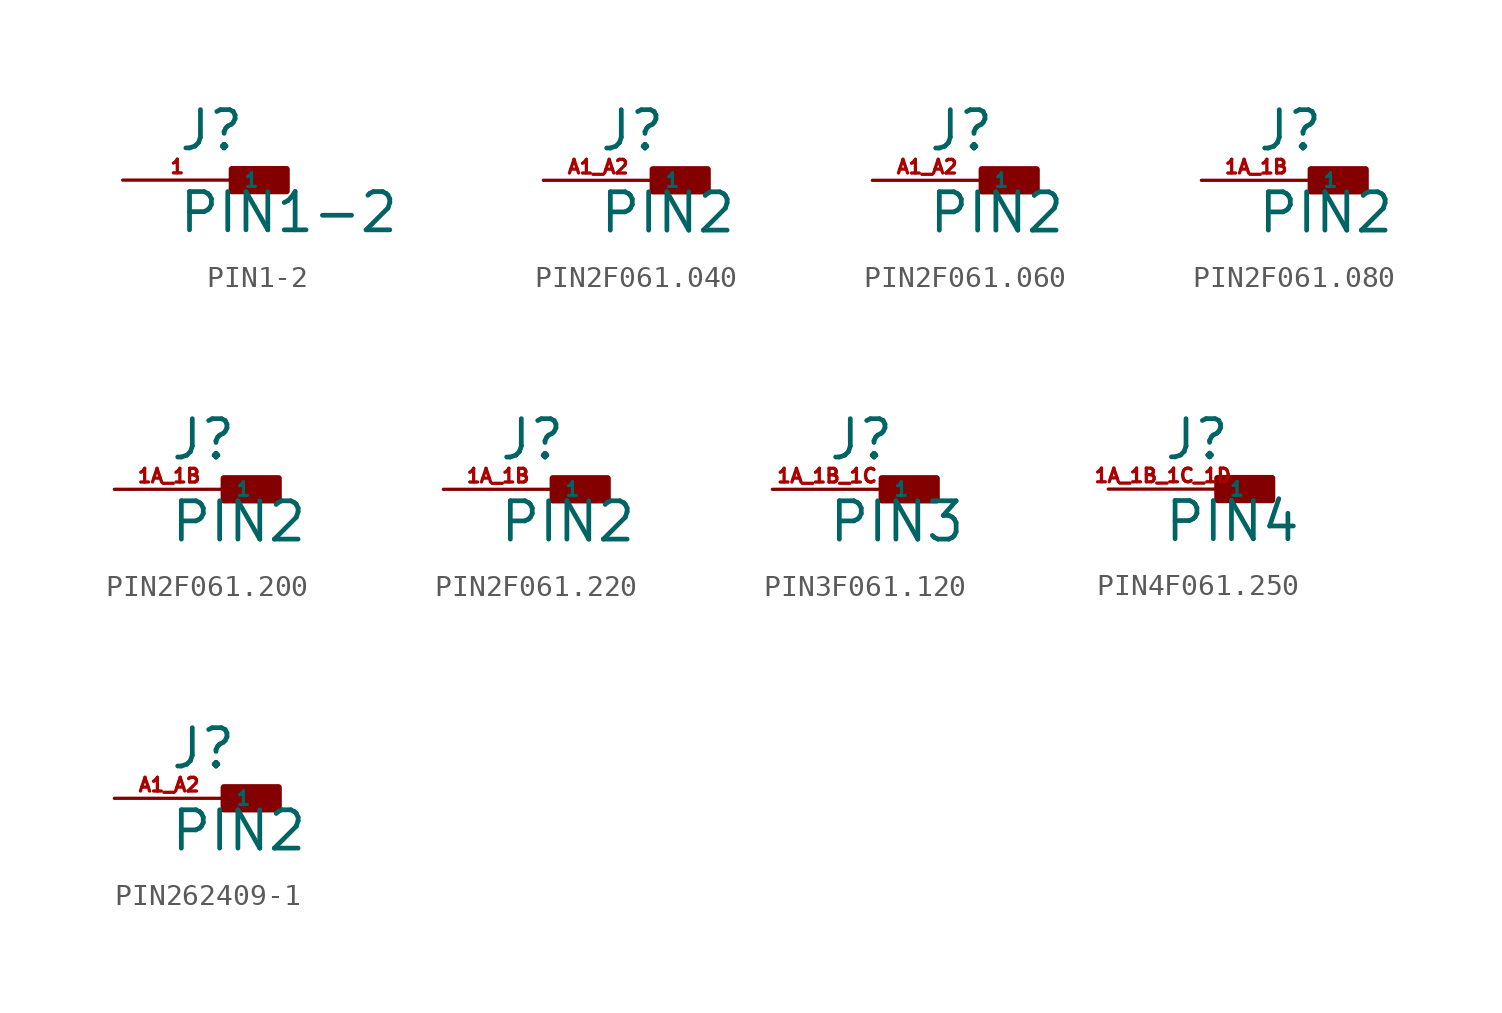
<source format=kicad_sym>
(kicad_symbol_lib
  (version 20220914)
  (generator Eagle2Kicad)
  (symbol "PIN1-2"
    (property "Reference" "J"
      (at -2.54 1.27 0)
      (effects (font (size 1.778 1.778) (thickness 0.22)) (justify left bottom)))
    (property "Value" "PIN1-2"
      (at -2.54 -2.54 0)
      (effects (font (size 1.778 1.778) (thickness 0.22)) (justify left bottom)))
    (rectangle
      (start 0 -0.508)
      (end 2.54 0.508)
      (stroke (width 0.3) (type default))
      (fill (type outline)))
    (pin passive line
      (at -5.08 0 0)
      (length 5.08)
      (name "1" (effects (font (size 0.635 0.635) (thickness 0.08)) (justify left bottom)))
      (number "1" (effects (font (size 0.635 0.635) (thickness 0.08)) (justify left bottom)))))
  (symbol "PIN2F061.040"
    (property "Reference" "J"
      (at -2.54 1.27 0)
      (effects (font (size 1.778 1.778) (thickness 0.22)) (justify left bottom)))
    (property "Value" "PIN2"
      (at -2.54 -2.54 0)
      (effects (font (size 1.778 1.778) (thickness 0.22)) (justify left bottom)))
    (rectangle
      (start 0 -0.508)
      (end 2.54 0.508)
      (stroke (width 0.3) (type default))
      (fill (type outline)))
    (pin passive line
      (at -5.08 0 0)
      (length 5.08)
      (name "1" (effects (font (size 0.635 0.635) (thickness 0.08)) (justify left bottom)))
      (number "A1 A2" (effects (font (size 0.635 0.635) (thickness 0.08)) (justify left bottom)))))
  (symbol "PIN2F061.060"
    (property "Reference" "J"
      (at -2.54 1.27 0)
      (effects (font (size 1.778 1.778) (thickness 0.22)) (justify left bottom)))
    (property "Value" "PIN2"
      (at -2.54 -2.54 0)
      (effects (font (size 1.778 1.778) (thickness 0.22)) (justify left bottom)))
    (rectangle
      (start 0 -0.508)
      (end 2.54 0.508)
      (stroke (width 0.3) (type default))
      (fill (type outline)))
    (pin passive line
      (at -5.08 0 0)
      (length 5.08)
      (name "1" (effects (font (size 0.635 0.635) (thickness 0.08)) (justify left bottom)))
      (number "A1 A2" (effects (font (size 0.635 0.635) (thickness 0.08)) (justify left bottom)))))
  (symbol "PIN2F061.080"
    (property "Reference" "J"
      (at -2.54 1.27 0)
      (effects (font (size 1.778 1.778) (thickness 0.22)) (justify left bottom)))
    (property "Value" "PIN2"
      (at -2.54 -2.54 0)
      (effects (font (size 1.778 1.778) (thickness 0.22)) (justify left bottom)))
    (rectangle
      (start 0 -0.508)
      (end 2.54 0.508)
      (stroke (width 0.3) (type default))
      (fill (type outline)))
    (pin passive line
      (at -5.08 0 0)
      (length 5.08)
      (name "1" (effects (font (size 0.635 0.635) (thickness 0.08)) (justify left bottom)))
      (number "1A 1B" (effects (font (size 0.635 0.635) (thickness 0.08)) (justify left bottom)))))
  (symbol "PIN2F061.200"
    (property "Reference" "J"
      (at -2.54 1.27 0)
      (effects (font (size 1.778 1.778) (thickness 0.22)) (justify left bottom)))
    (property "Value" "PIN2"
      (at -2.54 -2.54 0)
      (effects (font (size 1.778 1.778) (thickness 0.22)) (justify left bottom)))
    (rectangle
      (start 0 -0.508)
      (end 2.54 0.508)
      (stroke (width 0.3) (type default))
      (fill (type outline)))
    (pin passive line
      (at -5.08 0 0)
      (length 5.08)
      (name "1" (effects (font (size 0.635 0.635) (thickness 0.08)) (justify left bottom)))
      (number "1A 1B" (effects (font (size 0.635 0.635) (thickness 0.08)) (justify left bottom)))))
  (symbol "PIN2F061.220"
    (property "Reference" "J"
      (at -2.54 1.27 0)
      (effects (font (size 1.778 1.778) (thickness 0.22)) (justify left bottom)))
    (property "Value" "PIN2"
      (at -2.54 -2.54 0)
      (effects (font (size 1.778 1.778) (thickness 0.22)) (justify left bottom)))
    (rectangle
      (start 0 -0.508)
      (end 2.54 0.508)
      (stroke (width 0.3) (type default))
      (fill (type outline)))
    (pin passive line
      (at -5.08 0 0)
      (length 5.08)
      (name "1" (effects (font (size 0.635 0.635) (thickness 0.08)) (justify left bottom)))
      (number "1A 1B" (effects (font (size 0.635 0.635) (thickness 0.08)) (justify left bottom)))))
  (symbol "PIN3F061.120"
    (property "Reference" "J"
      (at -2.54 1.27 0)
      (effects (font (size 1.778 1.778) (thickness 0.22)) (justify left bottom)))
    (property "Value" "PIN3"
      (at -2.54 -2.54 0)
      (effects (font (size 1.778 1.778) (thickness 0.22)) (justify left bottom)))
    (rectangle
      (start 0 -0.508)
      (end 2.54 0.508)
      (stroke (width 0.3) (type default))
      (fill (type outline)))
    (pin passive line
      (at -5.08 0 0)
      (length 5.08)
      (name "1" (effects (font (size 0.635 0.635) (thickness 0.08)) (justify left bottom)))
      (number "1A 1B 1C" (effects (font (size 0.635 0.635) (thickness 0.08)) (justify left bottom)))))
  (symbol "PIN4F061.250"
    (property "Reference" "J"
      (at -2.54 1.27 0)
      (effects (font (size 1.778 1.778) (thickness 0.22)) (justify left bottom)))
    (property "Value" "PIN4"
      (at -2.54 -2.54 0)
      (effects (font (size 1.778 1.778) (thickness 0.22)) (justify left bottom)))
    (rectangle
      (start 0 -0.508)
      (end 2.54 0.508)
      (stroke (width 0.3) (type default))
      (fill (type outline)))
    (pin passive line
      (at -5.08 0 0)
      (length 5.08)
      (name "1" (effects (font (size 0.635 0.635) (thickness 0.08)) (justify left bottom)))
      (number "1A 1B 1C 1D" (effects (font (size 0.635 0.635) (thickness 0.08)) (justify left bottom)))))
  (symbol "PIN262409-1"
    (property "Reference" "J"
      (at -2.54 1.27 0)
      (effects (font (size 1.778 1.778) (thickness 0.22)) (justify left bottom)))
    (property "Value" "PIN2"
      (at -2.54 -2.54 0)
      (effects (font (size 1.778 1.778) (thickness 0.22)) (justify left bottom)))
    (rectangle
      (start 0 -0.508)
      (end 2.54 0.508)
      (stroke (width 0.3) (type default))
      (fill (type outline)))
    (pin passive line
      (at -5.08 0 0)
      (length 5.08)
      (name "1" (effects (font (size 0.635 0.635) (thickness 0.08)) (justify left bottom)))
      (number "A1 A2" (effects (font (size 0.635 0.635) (thickness 0.08)) (justify left bottom))))))
</source>
